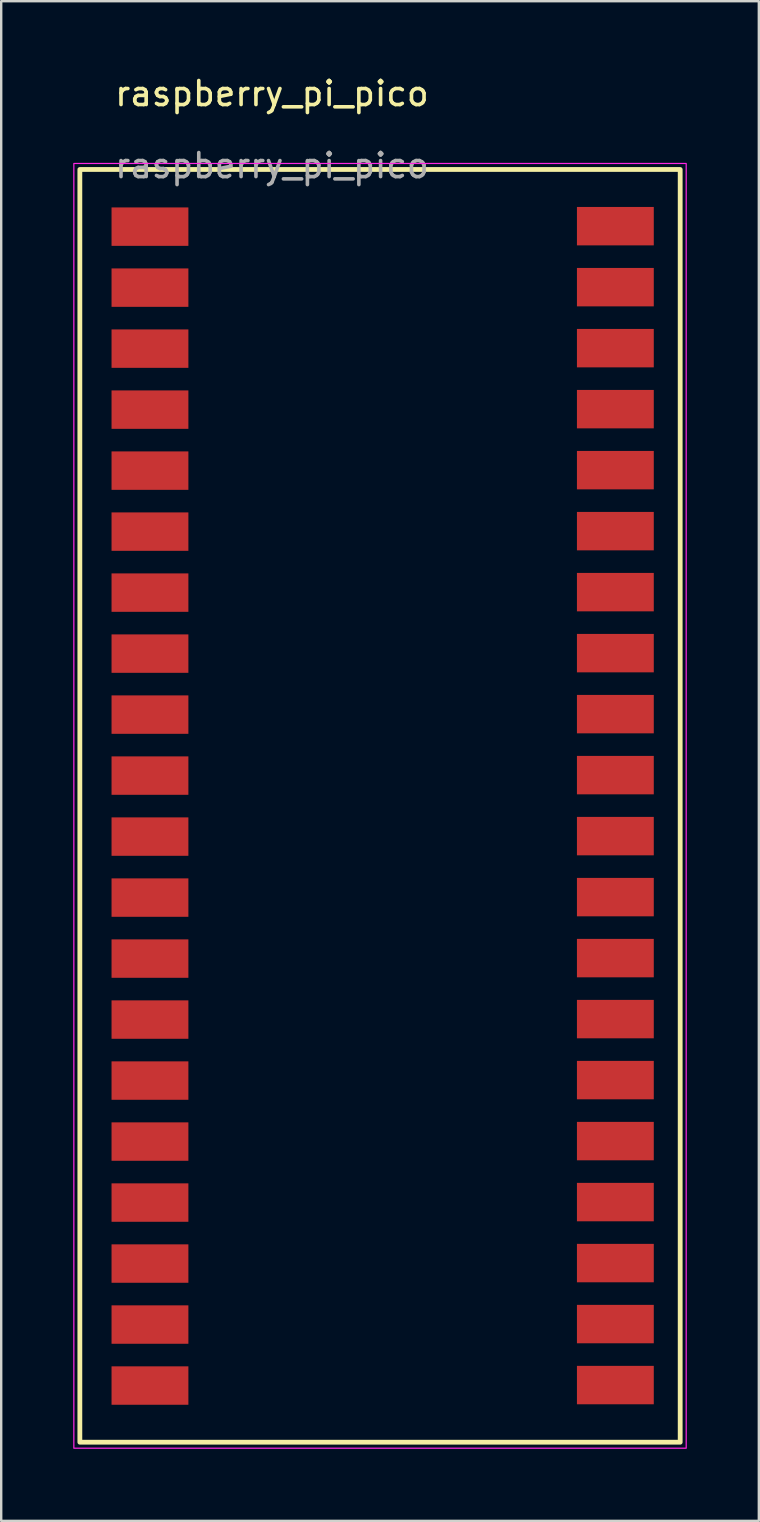
<source format=kicad_pcb>
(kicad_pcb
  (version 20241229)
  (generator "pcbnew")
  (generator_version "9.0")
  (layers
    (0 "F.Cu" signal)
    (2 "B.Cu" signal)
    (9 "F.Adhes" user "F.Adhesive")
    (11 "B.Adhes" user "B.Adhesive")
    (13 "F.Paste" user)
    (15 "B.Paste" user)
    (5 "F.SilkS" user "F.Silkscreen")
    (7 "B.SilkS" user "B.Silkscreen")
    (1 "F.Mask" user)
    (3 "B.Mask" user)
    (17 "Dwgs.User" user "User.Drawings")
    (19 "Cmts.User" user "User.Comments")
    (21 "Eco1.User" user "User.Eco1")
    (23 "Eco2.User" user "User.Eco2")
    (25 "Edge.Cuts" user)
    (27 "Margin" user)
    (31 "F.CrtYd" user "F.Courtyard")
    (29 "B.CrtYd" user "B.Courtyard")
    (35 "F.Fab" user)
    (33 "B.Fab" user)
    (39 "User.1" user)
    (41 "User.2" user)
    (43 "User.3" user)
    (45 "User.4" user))
  (footprint "raspberry_pi_pico"
    (layer "F.Cu")
    (at 13.275 32.008)
    (property "Reference" "raspberry_pi_pico" (at -5 -31.16 0) (unlocked yes) (layer "F.SilkS") (effects (font (size 1 1) (thickness 0.15))))
    (attr smd)
    (fp_rect (start -13 -28) (end 12 25) (stroke (width 0.2) (type solid)) (fill no) (layer "F.SilkS"))
    (fp_rect (start -13.25 -28.25) (end 12.25 25.25) (stroke (width 0.05) (type solid)) (fill no) (layer "F.CrtYd"))
    (fp_text user "${REFERENCE}" (at -5 -28.16 0) (unlocked yes) (layer "F.Fab") (effects (font (size 1 1) (thickness 0.15))))
    (pad "1" smd rect (at -10.08 -25.62) (size 3.2 1.6) (layers "F.Cu" "F.Mask" "F.Paste"))
    (pad "2" smd rect (at -10.08 -23.08) (size 3.2 1.6) (layers "F.Cu" "F.Mask" "F.Paste"))
    (pad "3" smd rect (at -10.08 -20.54) (size 3.2 1.6) (layers "F.Cu" "F.Mask" "F.Paste"))
    (pad "4" smd rect (at -10.08 -18) (size 3.2 1.6) (layers "F.Cu" "F.Mask" "F.Paste"))
    (pad "5" smd rect (at -10.08 -15.46) (size 3.2 1.6) (layers "F.Cu" "F.Mask" "F.Paste"))
    (pad "6" smd rect (at -10.08 -12.92) (size 3.2 1.6) (layers "F.Cu" "F.Mask" "F.Paste"))
    (pad "7" smd rect (at -10.08 -10.38) (size 3.2 1.6) (layers "F.Cu" "F.Mask" "F.Paste"))
    (pad "8" smd rect (at -10.08 -7.84) (size 3.2 1.6) (layers "F.Cu" "F.Mask" "F.Paste"))
    (pad "9" smd rect (at -10.08 -5.3) (size 3.2 1.6) (layers "F.Cu" "F.Mask" "F.Paste"))
    (pad "10" smd rect (at -10.08 -2.76) (size 3.2 1.6) (layers "F.Cu" "F.Mask" "F.Paste"))
    (pad "11" smd rect (at -10.08 -0.22) (size 3.2 1.6) (layers "F.Cu" "F.Mask" "F.Paste"))
    (pad "12" smd rect (at -10.08 2.32) (size 3.2 1.6) (layers "F.Cu" "F.Mask" "F.Paste"))
    (pad "13" smd rect (at -10.08 4.86) (size 3.2 1.6) (layers "F.Cu" "F.Mask" "F.Paste"))
    (pad "14" smd rect (at -10.08 7.4) (size 3.2 1.6) (layers "F.Cu" "F.Mask" "F.Paste"))
    (pad "15" smd rect (at -10.08 9.94) (size 3.2 1.6) (layers "F.Cu" "F.Mask" "F.Paste"))
    (pad "16" smd rect (at -10.08 12.48) (size 3.2 1.6) (layers "F.Cu" "F.Mask" "F.Paste"))
    (pad "17" smd rect (at -10.08 15.02) (size 3.2 1.6) (layers "F.Cu" "F.Mask" "F.Paste"))
    (pad "18" smd rect (at -10.08 17.56) (size 3.2 1.6) (layers "F.Cu" "F.Mask" "F.Paste"))
    (pad "19" smd rect (at -10.08 20.1) (size 3.2 1.6) (layers "F.Cu" "F.Mask" "F.Paste"))
    (pad "20" smd rect (at -10.08 22.64) (size 3.2 1.6) (layers "F.Cu" "F.Mask" "F.Paste"))
    (pad "21" smd rect (at 9.3 22.62 180) (size 3.2 1.6) (layers "F.Cu" "F.Mask" "F.Paste"))
    (pad "22" smd rect (at 9.3 20.08 180) (size 3.2 1.6) (layers "F.Cu" "F.Mask" "F.Paste"))
    (pad "23" smd rect (at 9.3 17.54 180) (size 3.2 1.6) (layers "F.Cu" "F.Mask" "F.Paste"))
    (pad "24" smd rect (at 9.3 15 180) (size 3.2 1.6) (layers "F.Cu" "F.Mask" "F.Paste"))
    (pad "25" smd rect (at 9.3 12.46 180) (size 3.2 1.6) (layers "F.Cu" "F.Mask" "F.Paste"))
    (pad "26" smd rect (at 9.3 9.92 180) (size 3.2 1.6) (layers "F.Cu" "F.Mask" "F.Paste"))
    (pad "27" smd rect (at 9.3 7.38 180) (size 3.2 1.6) (layers "F.Cu" "F.Mask" "F.Paste"))
    (pad "28" smd rect (at 9.3 4.84 180) (size 3.2 1.6) (layers "F.Cu" "F.Mask" "F.Paste"))
    (pad "29" smd rect (at 9.3 2.3 180) (size 3.2 1.6) (layers "F.Cu" "F.Mask" "F.Paste"))
    (pad "30" smd rect (at 9.3 -0.24 180) (size 3.2 1.6) (layers "F.Cu" "F.Mask" "F.Paste"))
    (pad "31" smd rect (at 9.3 -2.78 180) (size 3.2 1.6) (layers "F.Cu" "F.Mask" "F.Paste"))
    (pad "32" smd rect (at 9.3 -5.32 180) (size 3.2 1.6) (layers "F.Cu" "F.Mask" "F.Paste"))
    (pad "33" smd rect (at 9.3 -7.86 180) (size 3.2 1.6) (layers "F.Cu" "F.Mask" "F.Paste"))
    (pad "34" smd rect (at 9.3 -10.4 180) (size 3.2 1.6) (layers "F.Cu" "F.Mask" "F.Paste"))
    (pad "35" smd rect (at 9.3 -12.94 180) (size 3.2 1.6) (layers "F.Cu" "F.Mask" "F.Paste"))
    (pad "36" smd rect (at 9.3 -15.48 180) (size 3.2 1.6) (layers "F.Cu" "F.Mask" "F.Paste"))
    (pad "37" smd rect (at 9.3 -18.02 180) (size 3.2 1.6) (layers "F.Cu" "F.Mask" "F.Paste"))
    (pad "38" smd rect (at 9.3 -20.56 180) (size 3.2 1.6) (layers "F.Cu" "F.Mask" "F.Paste"))
    (pad "39" smd rect (at 9.3 -23.1 180) (size 3.2 1.6) (layers "F.Cu" "F.Mask" "F.Paste"))
    (pad "40" smd rect (at 9.3 -25.64 180) (size 3.2 1.6) (layers "F.Cu" "F.Mask" "F.Paste")))
  (gr_rect
    (start -3 -3)
    (end 28.55 60.283)
    (stroke (width 0.1) (type default))
    (fill no)
    (layer "Edge.Cuts")))
</source>
